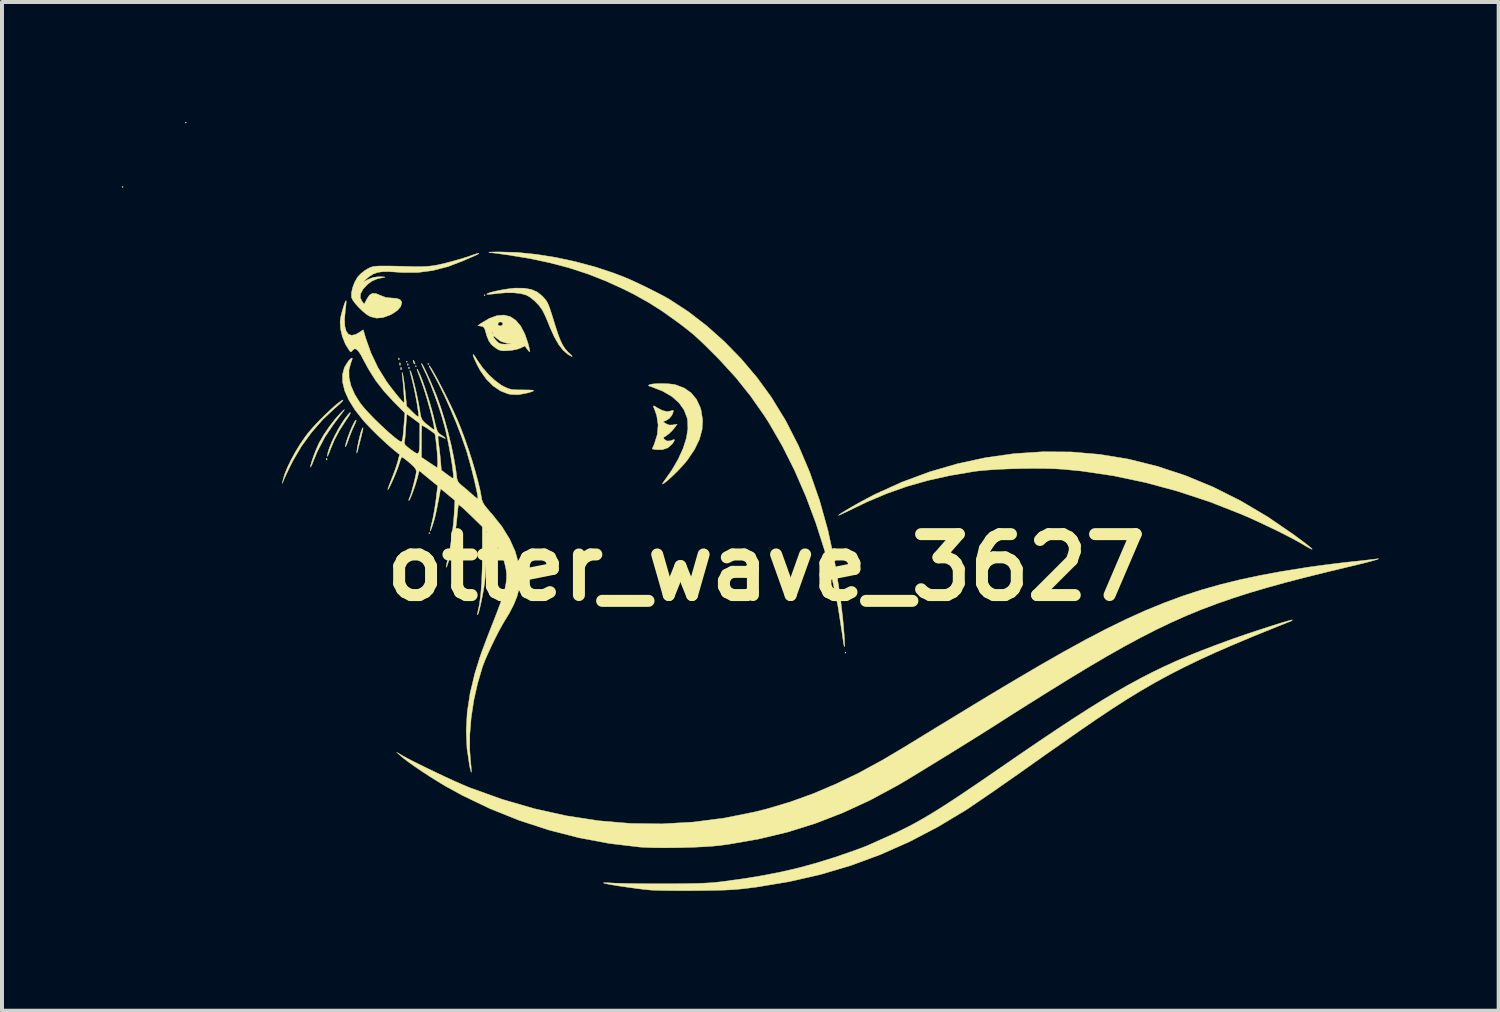
<source format=kicad_pcb>
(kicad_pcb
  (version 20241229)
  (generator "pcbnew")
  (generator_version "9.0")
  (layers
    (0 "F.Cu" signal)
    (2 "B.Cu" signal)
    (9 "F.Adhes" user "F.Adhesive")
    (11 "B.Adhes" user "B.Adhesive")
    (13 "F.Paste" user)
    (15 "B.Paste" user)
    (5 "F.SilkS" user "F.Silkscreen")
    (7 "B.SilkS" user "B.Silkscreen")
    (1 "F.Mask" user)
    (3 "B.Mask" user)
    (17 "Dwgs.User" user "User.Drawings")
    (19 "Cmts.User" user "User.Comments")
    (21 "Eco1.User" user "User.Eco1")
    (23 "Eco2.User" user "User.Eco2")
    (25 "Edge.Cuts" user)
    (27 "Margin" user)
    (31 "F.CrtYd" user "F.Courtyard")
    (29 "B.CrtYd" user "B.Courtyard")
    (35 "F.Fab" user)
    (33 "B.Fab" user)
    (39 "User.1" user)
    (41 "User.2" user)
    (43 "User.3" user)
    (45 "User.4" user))
  (footprint "otter_wave_3627"
    (layer "F.Cu")
    (at 16.12 11.153)
    (property "Reference" "otter_wave_3627" (at 0 0 0) (layer "F.SilkS") (effects (font (size 1.524 1.524) (thickness 0.3))))
    (attr through_hole)
    (fp_poly (pts (xy -16.087 -9.525) (xy -16.101 -9.511) (xy -16.115 -9.525) (xy -16.101 -9.539) (xy -16.087 -9.525)) (stroke (width 0.01) (type solid)) (fill yes) (layer "F.SilkS"))
    (fp_poly (pts (xy -14.506 -11.134) (xy -14.52 -11.12) (xy -14.534 -11.134) (xy -14.52 -11.148) (xy -14.506 -11.134)) (stroke (width 0.01) (type solid)) (fill yes) (layer "F.SilkS"))
    (fp_poly (pts (xy -8.975 -5.151) (xy -8.989 -5.136) (xy -9.003 -5.151) (xy -8.989 -5.165) (xy -8.975 -5.151)) (stroke (width 0.01) (type solid)) (fill yes) (layer "F.SilkS"))
    (fp_poly (pts (xy -8.749 -5.038) (xy -8.763 -5.024) (xy -8.777 -5.038) (xy -8.763 -5.052) (xy -8.749 -5.038)) (stroke (width 0.01) (type solid)) (fill yes) (layer "F.SilkS"))
    (fp_poly (pts (xy -8.438 -5.094) (xy -8.453 -5.08) (xy -8.467 -5.094) (xy -8.453 -5.108) (xy -8.438 -5.094)) (stroke (width 0.01) (type solid)) (fill yes) (layer "F.SilkS"))
    (fp_poly (pts (xy -8.41 -0.861) (xy -8.424 -0.847) (xy -8.438 -0.861) (xy -8.424 -0.875) (xy -8.41 -0.861)) (stroke (width 0.01) (type solid)) (fill yes) (layer "F.SilkS"))
    (fp_poly (pts (xy -7.027 -6.816) (xy -7.041 -6.802) (xy -7.056 -6.816) (xy -7.041 -6.83) (xy -7.027 -6.816)) (stroke (width 0.01) (type solid)) (fill yes) (layer "F.SilkS"))
    (fp_poly (pts (xy 2.004 2.131) (xy 1.99 2.145) (xy 1.976 2.131) (xy 1.99 2.117) (xy 2.004 2.131)) (stroke (width 0.01) (type solid)) (fill yes) (layer "F.SilkS"))
    (fp_poly (pts (xy -10.988 -2.728) (xy -10.984 -2.695) (xy -10.988 -2.691) (xy -11.005 -2.694) (xy -11.007 -2.709) (xy -10.996 -2.733) (xy -10.988 -2.728)) (stroke (width 0.01) (type solid)) (fill yes) (layer "F.SilkS"))
    (fp_poly (pts (xy -9.182 -5.24) (xy -9.178 -5.206) (xy -9.182 -5.202) (xy -9.198 -5.206) (xy -9.2 -5.221) (xy -9.19 -5.244) (xy -9.182 -5.24)) (stroke (width 0.01) (type solid)) (fill yes) (layer "F.SilkS"))
    (fp_poly (pts (xy -9.153 -5.114) (xy -9.15 -5.069) (xy -9.155 -5.059) (xy -9.168 -5.068) (xy -9.17 -5.096) (xy -9.163 -5.127) (xy -9.153 -5.114)) (stroke (width 0.01) (type solid)) (fill yes) (layer "F.SilkS"))
    (fp_poly (pts (xy -9.125 -5.001) (xy -9.121 -4.957) (xy -9.127 -4.947) (xy -9.14 -4.955) (xy -9.142 -4.984) (xy -9.135 -5.014) (xy -9.125 -5.001)) (stroke (width 0.01) (type solid)) (fill yes) (layer "F.SilkS"))
    (fp_poly (pts (xy -8.956 -5.099) (xy -8.952 -5.065) (xy -8.956 -5.061) (xy -8.973 -5.065) (xy -8.975 -5.08) (xy -8.964 -5.103) (xy -8.956 -5.099)) (stroke (width 0.01) (type solid)) (fill yes) (layer "F.SilkS"))
    (fp_poly (pts (xy -8.928 -5.014) (xy -8.924 -4.981) (xy -8.928 -4.977) (xy -8.944 -4.98) (xy -8.946 -4.995) (xy -8.936 -5.019) (xy -8.928 -5.014)) (stroke (width 0.01) (type solid)) (fill yes) (layer "F.SilkS"))
    (fp_poly (pts (xy -8.802 -5.155) (xy -8.783 -5.109) (xy -8.785 -5.091) (xy -8.804 -5.101) (xy -8.816 -5.123) (xy -8.832 -5.177) (xy -8.825 -5.188) (xy -8.802 -5.155)) (stroke (width 0.01) (type solid)) (fill yes) (layer "F.SilkS"))
    (fp_poly (pts (xy -10.088 -3.456) (xy -10.108 -3.366) (xy -10.141 -3.231) (xy -10.17 -3.118) (xy -10.198 -3.007) (xy -10.212 -2.949) (xy -10.229 -2.888) (xy -10.24 -2.864) (xy -10.242 -2.868) (xy -10.238 -2.926) (xy -10.222 -3.021) (xy -10.199 -3.137) (xy -10.172 -3.256) (xy -10.145 -3.362) (xy -10.121 -3.437) (xy -10.115 -3.449) (xy -10.092 -3.495) (xy -10.083 -3.498) (xy -10.088 -3.456)) (stroke (width 0.01) (type solid)) (fill yes) (layer "F.SilkS"))
    (fp_poly (pts (xy -10.412 -3.839) (xy -10.461 -3.757) (xy -10.506 -3.692) (xy -10.673 -3.434) (xy -10.805 -3.186) (xy -10.894 -2.971) (xy -10.931 -2.875) (xy -10.96 -2.808) (xy -10.975 -2.78) (xy -10.977 -2.782) (xy -10.965 -2.869) (xy -10.927 -2.991) (xy -10.868 -3.138) (xy -10.792 -3.298) (xy -10.706 -3.46) (xy -10.615 -3.612) (xy -10.541 -3.721) (xy -10.463 -3.821) (xy -10.415 -3.873) (xy -10.397 -3.878) (xy -10.412 -3.839)) (stroke (width 0.01) (type solid)) (fill yes) (layer "F.SilkS"))
    (fp_poly (pts (xy -10.256 -3.69) (xy -10.26 -3.66) (xy -10.285 -3.596) (xy -10.312 -3.539) (xy -10.357 -3.441) (xy -10.407 -3.316) (xy -10.453 -3.191) (xy -10.453 -3.189) (xy -10.486 -3.098) (xy -10.512 -3.039) (xy -10.525 -3.022) (xy -10.526 -3.028) (xy -10.517 -3.088) (xy -10.492 -3.177) (xy -10.455 -3.285) (xy -10.412 -3.398) (xy -10.366 -3.507) (xy -10.322 -3.6) (xy -10.286 -3.665) (xy -10.261 -3.691) (xy -10.256 -3.69)) (stroke (width 0.01) (type solid)) (fill yes) (layer "F.SilkS"))
    (fp_poly (pts (xy -10.563 -3.931) (xy -10.603 -3.875) (xy -10.673 -3.782) (xy -10.775 -3.648) (xy -10.817 -3.592) (xy -11.039 -3.264) (xy -11.226 -2.909) (xy -11.318 -2.688) (xy -11.354 -2.595) (xy -11.383 -2.533) (xy -11.399 -2.512) (xy -11.4 -2.517) (xy -11.391 -2.573) (xy -11.363 -2.666) (xy -11.323 -2.783) (xy -11.275 -2.908) (xy -11.225 -3.028) (xy -11.183 -3.119) (xy -11.067 -3.321) (xy -10.923 -3.532) (xy -10.768 -3.731) (xy -10.663 -3.846) (xy -10.603 -3.907) (xy -10.564 -3.944) (xy -10.55 -3.953) (xy -10.563 -3.931)) (stroke (width 0.01) (type solid)) (fill yes) (layer "F.SilkS"))
    (fp_poly (pts (xy -10.586 -4.184) (xy -10.616 -4.147) (xy -10.675 -4.089) (xy -10.762 -4.011) (xy -10.794 -3.984) (xy -11.091 -3.705) (xy -11.371 -3.384) (xy -11.624 -3.037) (xy -11.836 -2.677) (xy -11.875 -2.601) (xy -11.94 -2.469) (xy -11.998 -2.348) (xy -12.043 -2.251) (xy -12.07 -2.19) (xy -12.071 -2.187) (xy -12.104 -2.103) (xy -12.088 -2.187) (xy -12.049 -2.325) (xy -11.98 -2.496) (xy -11.888 -2.687) (xy -11.779 -2.888) (xy -11.658 -3.086) (xy -11.532 -3.271) (xy -11.448 -3.38) (xy -11.342 -3.503) (xy -11.208 -3.647) (xy -11.059 -3.796) (xy -10.91 -3.938) (xy -10.775 -4.059) (xy -10.703 -4.117) (xy -10.627 -4.173) (xy -10.589 -4.194) (xy -10.586 -4.184)) (stroke (width 0.01) (type solid)) (fill yes) (layer "F.SilkS"))
    (fp_poly (pts (xy -7.32 -5.328) (xy -7.283 -5.281) (xy -7.221 -5.184) (xy -7.218 -5.179) (xy -7.095 -5.003) (xy -6.948 -4.834) (xy -6.79 -4.686) (xy -6.635 -4.57) (xy -6.562 -4.529) (xy -6.482 -4.492) (xy -6.414 -4.468) (xy -6.341 -4.453) (xy -6.247 -4.447) (xy -6.117 -4.445) (xy -6.077 -4.445) (xy -5.934 -4.444) (xy -5.846 -4.438) (xy -5.812 -4.428) (xy -5.831 -4.412) (xy -5.902 -4.387) (xy -6 -4.361) (xy -6.196 -4.325) (xy -6.373 -4.33) (xy -6.45 -4.344) (xy -6.643 -4.419) (xy -6.828 -4.544) (xy -6.998 -4.714) (xy -7.148 -4.925) (xy -7.225 -5.066) (xy -7.286 -5.195) (xy -7.322 -5.283) (xy -7.333 -5.328) (xy -7.32 -5.328)) (stroke (width 0.01) (type solid)) (fill yes) (layer "F.SilkS"))
    (fp_poly (pts (xy -2.444 -4.598) (xy -2.325 -4.585) (xy -2.258 -4.572) (xy -2.044 -4.49) (xy -1.871 -4.369) (xy -1.739 -4.209) (xy -1.645 -4.009) (xy -1.623 -3.932) (xy -1.585 -3.69) (xy -1.599 -3.449) (xy -1.666 -3.205) (xy -1.787 -2.955) (xy -1.961 -2.697) (xy -2.004 -2.643) (xy -2.076 -2.559) (xy -2.159 -2.469) (xy -2.247 -2.379) (xy -2.336 -2.293) (xy -2.42 -2.216) (xy -2.493 -2.154) (xy -2.549 -2.11) (xy -2.583 -2.09) (xy -2.59 -2.099) (xy -2.564 -2.142) (xy -2.551 -2.159) (xy -2.352 -2.442) (xy -2.192 -2.72) (xy -2.07 -2.989) (xy -1.99 -3.243) (xy -1.954 -3.477) (xy -1.962 -3.687) (xy -1.973 -3.743) (xy -2.05 -3.944) (xy -2.178 -4.123) (xy -2.355 -4.28) (xy -2.581 -4.411) (xy -2.846 -4.516) (xy -2.918 -4.54) (xy -2.942 -4.556) (xy -2.924 -4.571) (xy -2.904 -4.579) (xy -2.828 -4.594) (xy -2.714 -4.602) (xy -2.58 -4.603) (xy -2.444 -4.598)) (stroke (width 0.01) (type solid)) (fill yes) (layer "F.SilkS"))
    (fp_poly (pts (xy -2.787 -4.039) (xy -2.721 -3.998) (xy -2.716 -3.994) (xy -2.589 -3.928) (xy -2.472 -3.902) (xy -2.379 -3.919) (xy -2.374 -3.921) (xy -2.327 -3.937) (xy -2.315 -3.913) (xy -2.338 -3.847) (xy -2.358 -3.806) (xy -2.416 -3.734) (xy -2.49 -3.684) (xy -2.577 -3.648) (xy -2.502 -3.599) (xy -2.417 -3.565) (xy -2.325 -3.569) (xy -2.223 -3.588) (xy -2.283 -3.504) (xy -2.348 -3.426) (xy -2.426 -3.35) (xy -2.502 -3.291) (xy -2.546 -3.267) (xy -2.567 -3.249) (xy -2.546 -3.211) (xy -2.544 -3.208) (xy -2.476 -3.166) (xy -2.387 -3.171) (xy -2.341 -3.19) (xy -2.297 -3.204) (xy -2.291 -3.18) (xy -2.323 -3.123) (xy -2.347 -3.091) (xy -2.456 -2.995) (xy -2.593 -2.948) (xy -2.755 -2.95) (xy -2.785 -2.955) (xy -2.847 -2.967) (xy -2.794 -3.091) (xy -2.719 -3.331) (xy -2.699 -3.569) (xy -2.734 -3.802) (xy -2.778 -3.929) (xy -2.811 -4.01) (xy -2.815 -4.045) (xy -2.787 -4.039)) (stroke (width 0.01) (type solid)) (fill yes) (layer "F.SilkS"))
    (fp_poly (pts (xy -6.047 -6.99) (xy -5.869 -6.958) (xy -5.723 -6.894) (xy -5.598 -6.794) (xy -5.566 -6.76) (xy -5.528 -6.715) (xy -5.496 -6.674) (xy -5.469 -6.628) (xy -5.442 -6.57) (xy -5.412 -6.49) (xy -5.376 -6.381) (xy -5.329 -6.233) (xy -5.274 -6.054) (xy -5.207 -5.849) (xy -5.147 -5.69) (xy -5.087 -5.567) (xy -5.024 -5.47) (xy -4.951 -5.39) (xy -4.925 -5.366) (xy -4.864 -5.308) (xy -4.848 -5.282) (xy -4.878 -5.289) (xy -4.951 -5.332) (xy -4.955 -5.334) (xy -5.073 -5.434) (xy -5.188 -5.58) (xy -5.3 -5.777) (xy -5.412 -6.026) (xy -5.446 -6.113) (xy -5.496 -6.234) (xy -5.55 -6.351) (xy -5.596 -6.441) (xy -5.598 -6.445) (xy -5.684 -6.564) (xy -5.795 -6.677) (xy -5.912 -6.77) (xy -5.997 -6.817) (xy -6.134 -6.855) (xy -6.31 -6.875) (xy -6.513 -6.876) (xy -6.712 -6.859) (xy -6.828 -6.845) (xy -6.92 -6.837) (xy -6.977 -6.836) (xy -6.988 -6.838) (xy -6.976 -6.855) (xy -6.918 -6.877) (xy -6.826 -6.902) (xy -6.711 -6.928) (xy -6.583 -6.953) (xy -6.454 -6.973) (xy -6.334 -6.988) (xy -6.265 -6.993) (xy -6.047 -6.99)) (stroke (width 0.01) (type solid)) (fill yes) (layer "F.SilkS"))
    (fp_poly (pts (xy 7.64 -2.892) (xy 8.345 -2.832) (xy 9.04 -2.719) (xy 9.079 -2.711) (xy 9.798 -2.532) (xy 10.505 -2.298) (xy 11.2 -2.01) (xy 11.884 -1.666) (xy 12.557 -1.268) (xy 13.219 -0.814) (xy 13.264 -0.78) (xy 13.435 -0.653) (xy 13.559 -0.558) (xy 13.638 -0.493) (xy 13.672 -0.46) (xy 13.662 -0.456) (xy 13.607 -0.482) (xy 13.508 -0.537) (xy 13.406 -0.598) (xy 13.254 -0.683) (xy 13.063 -0.784) (xy 12.842 -0.896) (xy 12.603 -1.012) (xy 12.359 -1.127) (xy 12.121 -1.236) (xy 11.899 -1.333) (xy 11.896 -1.334) (xy 11.106 -1.644) (xy 10.305 -1.908) (xy 9.499 -2.126) (xy 8.697 -2.295) (xy 7.903 -2.413) (xy 7.447 -2.458) (xy 7.224 -2.471) (xy 6.964 -2.478) (xy 6.678 -2.48) (xy 6.38 -2.476) (xy 6.081 -2.468) (xy 5.795 -2.455) (xy 5.532 -2.437) (xy 5.306 -2.416) (xy 5.193 -2.401) (xy 4.6 -2.3) (xy 4.048 -2.177) (xy 3.526 -2.028) (xy 3.022 -1.85) (xy 2.524 -1.639) (xy 2.218 -1.493) (xy 2.083 -1.426) (xy 1.967 -1.371) (xy 1.879 -1.33) (xy 1.827 -1.308) (xy 1.817 -1.306) (xy 1.835 -1.325) (xy 1.894 -1.365) (xy 1.987 -1.422) (xy 2.105 -1.492) (xy 2.24 -1.569) (xy 2.384 -1.649) (xy 2.529 -1.727) (xy 2.666 -1.799) (xy 2.732 -1.833) (xy 3.405 -2.138) (xy 4.093 -2.393) (xy 4.793 -2.597) (xy 5.501 -2.75) (xy 6.214 -2.85) (xy 6.929 -2.897) (xy 7.64 -2.892)) (stroke (width 0.01) (type solid)) (fill yes) (layer "F.SilkS"))
    (fp_poly (pts (xy -6.4 -6.279) (xy -6.259 -6.186) (xy -6.137 -6.04) (xy -6.034 -5.842) (xy -5.956 -5.614) (xy -5.93 -5.514) (xy -5.913 -5.438) (xy -5.909 -5.4) (xy -5.91 -5.398) (xy -5.931 -5.411) (xy -5.97 -5.457) (xy -5.977 -5.466) (xy -6.034 -5.545) (xy -6.143 -5.492) (xy -6.232 -5.461) (xy -6.351 -5.437) (xy -6.449 -5.427) (xy -6.559 -5.422) (xy -6.633 -5.428) (xy -6.695 -5.45) (xy -6.762 -5.491) (xy -6.862 -5.571) (xy -6.933 -5.665) (xy -6.986 -5.792) (xy -6.987 -5.795) (xy -6.825 -5.795) (xy -6.821 -5.77) (xy -6.782 -5.714) (xy -6.748 -5.676) (xy -6.692 -5.623) (xy -6.637 -5.598) (xy -6.56 -5.591) (xy -6.515 -5.591) (xy -6.364 -5.595) (xy -6.502 -5.618) (xy -6.635 -5.659) (xy -6.735 -5.733) (xy -6.796 -5.785) (xy -6.825 -5.795) (xy -6.987 -5.795) (xy -7.008 -5.87) (xy -6.858 -5.87) (xy -6.848 -5.847) (xy -6.839 -5.851) (xy -6.836 -5.885) (xy -6.839 -5.889) (xy -6.856 -5.885) (xy -6.858 -5.87) (xy -7.008 -5.87) (xy -7.009 -5.874) (xy -7.035 -5.963) (xy -7.063 -6.012) (xy -7.103 -6.034) (xy -7.129 -6.04) (xy -7.21 -6.054) (xy -7.166 -6.086) (xy -6.709 -6.086) (xy -6.703 -6.069) (xy -6.662 -6.045) (xy -6.611 -6.056) (xy -6.583 -6.089) (xy -6.593 -6.125) (xy -6.634 -6.146) (xy -6.681 -6.14) (xy -6.694 -6.13) (xy -6.709 -6.086) (xy -7.166 -6.086) (xy -7.126 -6.114) (xy -6.921 -6.236) (xy -6.731 -6.304) (xy -6.557 -6.318) (xy -6.4 -6.279)) (stroke (width 0.01) (type solid)) (fill yes) (layer "F.SilkS"))
    (fp_poly (pts (xy -6.219 -7.885) (xy -5.746 -7.837) (xy -5.255 -7.759) (xy -4.758 -7.652) (xy -4.267 -7.52) (xy -3.796 -7.363) (xy -3.528 -7.26) (xy -3.382 -7.197) (xy -3.204 -7.115) (xy -3.01 -7.022) (xy -2.816 -6.925) (xy -2.636 -6.832) (xy -2.485 -6.751) (xy -2.427 -6.718) (xy -1.952 -6.409) (xy -1.487 -6.052) (xy -1.04 -5.653) (xy -0.617 -5.219) (xy -0.226 -4.757) (xy 0.125 -4.276) (xy 0.139 -4.255) (xy 0.495 -3.673) (xy 0.814 -3.049) (xy 1.096 -2.383) (xy 1.342 -1.678) (xy 1.55 -0.934) (xy 1.719 -0.153) (xy 1.851 0.665) (xy 1.92 1.253) (xy 1.939 1.461) (xy 1.954 1.638) (xy 1.964 1.782) (xy 1.969 1.89) (xy 1.969 1.958) (xy 1.965 1.983) (xy 1.956 1.964) (xy 1.942 1.896) (xy 1.925 1.776) (xy 1.91 1.669) (xy 1.803 0.975) (xy 1.655 0.275) (xy 1.469 -0.424) (xy 1.249 -1.113) (xy 0.997 -1.785) (xy 0.716 -2.431) (xy 0.409 -3.042) (xy 0.08 -3.611) (xy -0.038 -3.796) (xy -0.386 -4.293) (xy -0.753 -4.752) (xy -1.152 -5.188) (xy -1.224 -5.262) (xy -1.392 -5.43) (xy -1.53 -5.567) (xy -1.646 -5.678) (xy -1.749 -5.773) (xy -1.849 -5.86) (xy -1.955 -5.945) (xy -2.074 -6.038) (xy -2.217 -6.145) (xy -2.244 -6.165) (xy -2.59 -6.412) (xy -2.932 -6.629) (xy -3.293 -6.831) (xy -3.542 -6.957) (xy -3.994 -7.164) (xy -4.449 -7.343) (xy -4.917 -7.496) (xy -5.406 -7.626) (xy -5.926 -7.736) (xy -6.487 -7.827) (xy -6.816 -7.871) (xy -6.894 -7.881) (xy -6.935 -7.888) (xy -6.936 -7.892) (xy -6.891 -7.895) (xy -6.797 -7.897) (xy -6.66 -7.898) (xy -6.219 -7.885)) (stroke (width 0.01) (type solid)) (fill yes) (layer "F.SilkS"))
    (fp_poly (pts (xy -7.183 -7.858) (xy -7.222 -7.833) (xy -7.288 -7.803) (xy -7.385 -7.761) (xy -7.5 -7.711) (xy -7.564 -7.682) (xy -7.957 -7.531) (xy -8.339 -7.432) (xy -8.72 -7.382) (xy -9.107 -7.382) (xy -9.222 -7.391) (xy -9.429 -7.405) (xy -9.592 -7.404) (xy -9.722 -7.384) (xy -9.832 -7.344) (xy -9.931 -7.28) (xy -9.978 -7.241) (xy -10.089 -7.143) (xy -9.951 -7.212) (xy -9.836 -7.258) (xy -9.718 -7.276) (xy -9.64 -7.277) (xy -9.566 -7.273) (xy -9.534 -7.268) (xy -9.552 -7.261) (xy -9.553 -7.261) (xy -9.725 -7.226) (xy -9.86 -7.169) (xy -9.966 -7.091) (xy -10.083 -6.967) (xy -10.145 -6.854) (xy -10.153 -6.751) (xy -10.107 -6.658) (xy -10.054 -6.592) (xy -9.993 -6.712) (xy -9.927 -6.813) (xy -9.854 -6.86) (xy -9.764 -6.858) (xy -9.662 -6.815) (xy -9.516 -6.759) (xy -9.378 -6.745) (xy -9.244 -6.736) (xy -9.16 -6.706) (xy -9.12 -6.654) (xy -9.116 -6.621) (xy -9.143 -6.528) (xy -9.222 -6.436) (xy -9.349 -6.349) (xy -9.41 -6.318) (xy -9.586 -6.255) (xy -9.744 -6.241) (xy -9.894 -6.277) (xy -9.906 -6.282) (xy -9.99 -6.331) (xy -10.087 -6.409) (xy -10.186 -6.503) (xy -10.274 -6.601) (xy -10.341 -6.691) (xy -10.374 -6.761) (xy -10.374 -6.763) (xy -10.374 -6.872) (xy -10.345 -7.004) (xy -10.293 -7.141) (xy -10.224 -7.262) (xy -10.219 -7.269) (xy -10.145 -7.349) (xy -10.046 -7.428) (xy -9.985 -7.467) (xy -9.942 -7.49) (xy -9.902 -7.509) (xy -9.86 -7.524) (xy -9.809 -7.535) (xy -9.742 -7.542) (xy -9.654 -7.546) (xy -9.538 -7.546) (xy -9.387 -7.545) (xy -9.194 -7.541) (xy -8.955 -7.535) (xy -8.848 -7.532) (xy -8.647 -7.53) (xy -8.486 -7.536) (xy -8.348 -7.55) (xy -8.214 -7.573) (xy -8.213 -7.573) (xy -7.989 -7.626) (xy -7.748 -7.691) (xy -7.514 -7.761) (xy -7.341 -7.82) (xy -7.246 -7.852) (xy -7.192 -7.864) (xy -7.183 -7.858)) (stroke (width 0.01) (type solid)) (fill yes) (layer "F.SilkS"))
    (fp_poly (pts (xy 15.333 -0.216) (xy 15.299 -0.202) (xy 15.221 -0.179) (xy 15.103 -0.146) (xy 14.947 -0.106) (xy 14.759 -0.06) (xy 14.633 -0.03) (xy 14.05 0.11) (xy 13.51 0.244) (xy 13.009 0.374) (xy 12.541 0.504) (xy 12.102 0.633) (xy 11.686 0.767) (xy 11.287 0.905) (xy 10.9 1.051) (xy 10.52 1.207) (xy 10.142 1.376) (xy 9.761 1.558) (xy 9.371 1.758) (xy 8.966 1.976) (xy 8.542 2.216) (xy 8.094 2.479) (xy 7.615 2.769) (xy 7.102 3.086) (xy 6.547 3.433) (xy 6.525 3.447) (xy 6.357 3.553) (xy 6.199 3.653) (xy 6.06 3.741) (xy 5.948 3.813) (xy 5.87 3.863) (xy 5.842 3.881) (xy 5.741 3.946) (xy 5.6 4.035) (xy 5.426 4.145) (xy 5.226 4.27) (xy 5.006 4.407) (xy 4.774 4.551) (xy 4.536 4.698) (xy 4.299 4.844) (xy 4.07 4.984) (xy 3.856 5.115) (xy 3.664 5.232) (xy 3.5 5.332) (xy 3.371 5.408) (xy 3.297 5.451) (xy 2.611 5.821) (xy 1.927 6.137) (xy 1.241 6.403) (xy 0.543 6.622) (xy -0.173 6.794) (xy -0.915 6.924) (xy -1.157 6.957) (xy -1.332 6.974) (xy -1.549 6.989) (xy -1.798 7.001) (xy -2.064 7.009) (xy -2.335 7.014) (xy -2.597 7.015) (xy -2.839 7.012) (xy -3.046 7.004) (xy -3.157 6.997) (xy -3.918 6.907) (xy -4.68 6.764) (xy -5.436 6.57) (xy -6.179 6.327) (xy -6.901 6.038) (xy -7.596 5.705) (xy -8.017 5.474) (xy -8.201 5.363) (xy -8.394 5.243) (xy -8.586 5.118) (xy -8.766 4.996) (xy -8.926 4.884) (xy -9.054 4.787) (xy -9.13 4.725) (xy -9.243 4.623) (xy -9.116 4.698) (xy -9.002 4.761) (xy -8.847 4.842) (xy -8.66 4.936) (xy -8.453 5.037) (xy -8.236 5.141) (xy -8.018 5.244) (xy -7.811 5.339) (xy -7.623 5.422) (xy -7.467 5.489) (xy -7.408 5.513) (xy -6.6 5.803) (xy -5.794 6.037) (xy -4.99 6.215) (xy -4.191 6.338) (xy -3.395 6.405) (xy -2.604 6.416) (xy -1.817 6.371) (xy -1.037 6.27) (xy -0.263 6.114) (xy 0.042 6.036) (xy 0.612 5.866) (xy 1.179 5.661) (xy 1.748 5.42) (xy 2.328 5.14) (xy 2.923 4.816) (xy 3.471 4.49) (xy 3.555 4.439) (xy 3.643 4.385) (xy 3.741 4.325) (xy 3.852 4.257) (xy 3.982 4.177) (xy 4.135 4.084) (xy 4.315 3.974) (xy 4.527 3.845) (xy 4.777 3.693) (xy 5.067 3.516) (xy 5.221 3.422) (xy 5.565 3.214) (xy 5.939 2.99) (xy 6.323 2.762) (xy 6.697 2.542) (xy 6.858 2.448) (xy 7.446 2.112) (xy 7.998 1.809) (xy 8.519 1.537) (xy 9.016 1.294) (xy 9.496 1.077) (xy 9.966 0.885) (xy 10.43 0.713) (xy 10.898 0.561) (xy 11.374 0.426) (xy 11.865 0.305) (xy 12.378 0.196) (xy 12.92 0.096) (xy 13.497 0.004) (xy 13.504 0.002) (xy 13.728 -0.03) (xy 13.982 -0.064) (xy 14.243 -0.097) (xy 14.486 -0.126) (xy 14.619 -0.14) (xy 14.795 -0.159) (xy 14.957 -0.176) (xy 15.094 -0.192) (xy 15.196 -0.204) (xy 15.252 -0.211) (xy 15.254 -0.211) (xy 15.319 -0.22) (xy 15.333 -0.216)) (stroke (width 0.01) (type solid)) (fill yes) (layer "F.SilkS"))
    (fp_poly (pts (xy 13.174 1.311) (xy 13.163 1.33) (xy 13.134 1.345) (xy 13.09 1.362) (xy 13.004 1.396) (xy 12.888 1.442) (xy 12.753 1.496) (xy 12.714 1.512) (xy 12.186 1.726) (xy 11.705 1.928) (xy 11.263 2.12) (xy 10.853 2.307) (xy 10.468 2.493) (xy 10.101 2.681) (xy 9.744 2.875) (xy 9.39 3.08) (xy 9.031 3.299) (xy 8.662 3.536) (xy 8.274 3.795) (xy 7.86 4.08) (xy 7.62 4.247) (xy 7.49 4.339) (xy 7.36 4.43) (xy 7.246 4.51) (xy 7.169 4.563) (xy 7.088 4.62) (xy 6.974 4.7) (xy 6.843 4.793) (xy 6.706 4.89) (xy 6.675 4.912) (xy 6.528 5.016) (xy 6.373 5.126) (xy 6.226 5.229) (xy 6.106 5.313) (xy 6.096 5.32) (xy 5.978 5.402) (xy 5.862 5.483) (xy 5.765 5.552) (xy 5.729 5.577) (xy 5.021 6.06) (xy 4.31 6.487) (xy 3.593 6.862) (xy 2.865 7.185) (xy 2.122 7.459) (xy 1.36 7.685) (xy 0.574 7.864) (xy -0.239 7.999) (xy -0.268 8.002) (xy -0.438 8.024) (xy -0.59 8.042) (xy -0.735 8.056) (xy -0.882 8.066) (xy -1.042 8.074) (xy -1.227 8.079) (xy -1.445 8.083) (xy -1.708 8.086) (xy -1.75 8.087) (xy -1.986 8.088) (xy -2.216 8.088) (xy -2.43 8.086) (xy -2.62 8.083) (xy -2.776 8.078) (xy -2.889 8.073) (xy -2.921 8.07) (xy -3.07 8.054) (xy -3.239 8.033) (xy -3.418 8.009) (xy -3.594 7.983) (xy -3.757 7.958) (xy -3.896 7.935) (xy -3.999 7.915) (xy -4.05 7.903) (xy -4.069 7.892) (xy -4.033 7.888) (xy -3.942 7.891) (xy -3.852 7.896) (xy -3.757 7.901) (xy -3.614 7.905) (xy -3.432 7.909) (xy -3.22 7.912) (xy -2.987 7.914) (xy -2.741 7.915) (xy -2.54 7.915) (xy -2.234 7.914) (xy -1.976 7.911) (xy -1.76 7.907) (xy -1.577 7.901) (xy -1.419 7.893) (xy -1.278 7.882) (xy -1.148 7.868) (xy -1.115 7.864) (xy -0.574 7.79) (xy -0.077 7.709) (xy 0.386 7.618) (xy 0.829 7.515) (xy 1.262 7.396) (xy 1.697 7.261) (xy 1.722 7.253) (xy 1.963 7.171) (xy 2.18 7.095) (xy 2.365 7.028) (xy 2.51 6.972) (xy 2.596 6.935) (xy 2.663 6.905) (xy 2.765 6.859) (xy 2.889 6.804) (xy 2.992 6.758) (xy 3.186 6.67) (xy 3.371 6.582) (xy 3.552 6.492) (xy 3.734 6.395) (xy 3.922 6.289) (xy 4.121 6.172) (xy 4.335 6.04) (xy 4.569 5.89) (xy 4.829 5.719) (xy 5.119 5.524) (xy 5.445 5.303) (xy 5.81 5.051) (xy 5.87 5.01) (xy 6.382 4.658) (xy 6.852 4.338) (xy 7.286 4.047) (xy 7.688 3.782) (xy 8.062 3.542) (xy 8.412 3.324) (xy 8.743 3.126) (xy 9.059 2.945) (xy 9.365 2.779) (xy 9.664 2.625) (xy 9.961 2.481) (xy 10.26 2.345) (xy 10.566 2.214) (xy 10.883 2.086) (xy 11.215 1.959) (xy 11.566 1.829) (xy 11.698 1.782) (xy 11.858 1.726) (xy 12.036 1.665) (xy 12.224 1.602) (xy 12.414 1.54) (xy 12.599 1.48) (xy 12.77 1.426) (xy 12.921 1.379) (xy 13.043 1.343) (xy 13.129 1.319) (xy 13.171 1.311) (xy 13.174 1.311)) (stroke (width 0.01) (type solid)) (fill yes) (layer "F.SilkS"))
    (fp_poly (pts (xy -10.508 -6.68) (xy -10.506 -6.648) (xy -10.511 -6.574) (xy -10.522 -6.47) (xy -10.529 -6.419) (xy -10.547 -6.207) (xy -10.539 -6.038) (xy -10.506 -5.914) (xy -10.449 -5.838) (xy -10.37 -5.81) (xy -10.268 -5.833) (xy -10.18 -5.882) (xy -10.079 -5.95) (xy -10.02 -5.748) (xy -9.886 -5.369) (xy -9.709 -5) (xy -9.5 -4.661) (xy -9.487 -4.643) (xy -9.417 -4.548) (xy -9.338 -4.445) (xy -9.255 -4.341) (xy -9.179 -4.248) (xy -9.115 -4.174) (xy -9.073 -4.129) (xy -9.06 -4.12) (xy -9.055 -4.147) (xy -9.055 -4.218) (xy -9.06 -4.323) (xy -9.068 -4.451) (xy -9.079 -4.59) (xy -9.092 -4.73) (xy -9.098 -4.784) (xy -9.106 -4.86) (xy -9.106 -4.884) (xy -9.097 -4.858) (xy -9.088 -4.826) (xy -9.075 -4.759) (xy -9.059 -4.651) (xy -9.042 -4.518) (xy -9.027 -4.382) (xy -8.992 -4.037) (xy -8.842 -3.889) (xy -8.764 -3.815) (xy -8.718 -3.78) (xy -8.696 -3.779) (xy -8.693 -3.797) (xy -8.698 -3.868) (xy -8.714 -3.98) (xy -8.736 -4.12) (xy -8.764 -4.272) (xy -8.793 -4.422) (xy -8.823 -4.558) (xy -8.836 -4.614) (xy -8.864 -4.727) (xy -8.889 -4.824) (xy -8.905 -4.888) (xy -8.907 -4.897) (xy -8.913 -4.932) (xy -8.898 -4.916) (xy -8.895 -4.911) (xy -8.875 -4.861) (xy -8.847 -4.767) (xy -8.814 -4.641) (xy -8.778 -4.494) (xy -8.742 -4.338) (xy -8.709 -4.184) (xy -8.682 -4.044) (xy -8.663 -3.931) (xy -8.648 -3.833) (xy -8.632 -3.76) (xy -8.606 -3.703) (xy -8.563 -3.649) (xy -8.495 -3.588) (xy -8.394 -3.509) (xy -8.329 -3.46) (xy -8.307 -3.45) (xy -8.301 -3.476) (xy -8.31 -3.546) (xy -8.311 -3.557) (xy -8.335 -3.671) (xy -8.373 -3.825) (xy -8.42 -4.003) (xy -8.474 -4.192) (xy -8.53 -4.376) (xy -8.583 -4.541) (xy -8.619 -4.643) (xy -8.673 -4.79) (xy -8.71 -4.89) (xy -8.73 -4.948) (xy -8.735 -4.971) (xy -8.727 -4.963) (xy -8.708 -4.93) (xy -8.698 -4.911) (xy -8.654 -4.817) (xy -8.6 -4.681) (xy -8.54 -4.513) (xy -8.478 -4.327) (xy -8.418 -4.133) (xy -8.363 -3.943) (xy -8.318 -3.77) (xy -8.309 -3.729) (xy -8.275 -3.584) (xy -8.249 -3.484) (xy -8.225 -3.418) (xy -8.2 -3.374) (xy -8.167 -3.343) (xy -8.123 -3.313) (xy -8.122 -3.312) (xy -8.05 -3.263) (xy -8.019 -3.234) (xy -8.031 -3.23) (xy -8.087 -3.253) (xy -8.102 -3.261) (xy -8.164 -3.288) (xy -8.201 -3.294) (xy -8.203 -3.292) (xy -8.207 -3.26) (xy -8.202 -3.186) (xy -8.19 -3.087) (xy -8.188 -3.072) (xy -8.17 -2.93) (xy -8.153 -2.77) (xy -8.142 -2.65) (xy -8.124 -2.436) (xy -7.986 -2.333) (xy -7.91 -2.278) (xy -7.853 -2.241) (xy -7.83 -2.23) (xy -7.823 -2.256) (xy -7.825 -2.329) (xy -7.837 -2.44) (xy -7.856 -2.581) (xy -7.882 -2.743) (xy -7.912 -2.918) (xy -7.946 -3.098) (xy -7.982 -3.273) (xy -8.018 -3.436) (xy -8.043 -3.536) (xy -8.111 -3.777) (xy -8.195 -4.039) (xy -8.29 -4.307) (xy -8.388 -4.565) (xy -8.485 -4.797) (xy -8.569 -4.974) (xy -8.604 -5.048) (xy -8.621 -5.097) (xy -8.62 -5.108) (xy -8.601 -5.084) (xy -8.564 -5.016) (xy -8.514 -4.915) (xy -8.455 -4.789) (xy -8.392 -4.647) (xy -8.328 -4.499) (xy -8.267 -4.354) (xy -8.236 -4.276) (xy -8.14 -4.009) (xy -8.046 -3.707) (xy -7.957 -3.387) (xy -7.878 -3.062) (xy -7.813 -2.749) (xy -7.764 -2.464) (xy -7.746 -2.322) (xy -7.734 -2.225) (xy -7.713 -2.16) (xy -7.674 -2.107) (xy -7.605 -2.046) (xy -7.582 -2.027) (xy -7.485 -1.946) (xy -7.388 -1.861) (xy -7.331 -1.81) (xy -7.269 -1.757) (xy -7.225 -1.727) (xy -7.212 -1.725) (xy -7.211 -1.759) (xy -7.223 -1.837) (xy -7.246 -1.953) (xy -7.278 -2.095) (xy -7.316 -2.255) (xy -7.358 -2.424) (xy -7.402 -2.593) (xy -7.446 -2.752) (xy -7.487 -2.894) (xy -7.505 -2.949) (xy -7.618 -3.274) (xy -7.75 -3.618) (xy -7.896 -3.966) (xy -8.048 -4.304) (xy -8.202 -4.617) (xy -8.35 -4.891) (xy -8.374 -4.932) (xy -8.411 -5) (xy -8.43 -5.044) (xy -8.429 -5.052) (xy -8.405 -5.027) (xy -8.36 -4.959) (xy -8.3 -4.855) (xy -8.226 -4.721) (xy -8.144 -4.565) (xy -8.056 -4.394) (xy -7.967 -4.216) (xy -7.88 -4.037) (xy -7.8 -3.865) (xy -7.729 -3.708) (xy -7.717 -3.681) (xy -7.626 -3.458) (xy -7.533 -3.208) (xy -7.441 -2.942) (xy -7.354 -2.672) (xy -7.276 -2.409) (xy -7.209 -2.164) (xy -7.157 -1.949) (xy -7.125 -1.778) (xy -7.112 -1.703) (xy -7.09 -1.639) (xy -7.055 -1.575) (xy -6.997 -1.498) (xy -6.912 -1.397) (xy -6.857 -1.336) (xy -6.611 -1.028) (xy -6.417 -0.716) (xy -6.276 -0.403) (xy -6.188 -0.09) (xy -6.156 0.22) (xy -6.179 0.525) (xy -6.183 0.552) (xy -6.231 0.728) (xy -6.312 0.928) (xy -6.42 1.138) (xy -6.518 1.298) (xy -6.593 1.423) (xy -6.682 1.586) (xy -6.778 1.773) (xy -6.873 1.969) (xy -6.962 2.161) (xy -7.037 2.334) (xy -7.09 2.474) (xy -7.094 2.484) (xy -7.217 2.901) (xy -7.313 3.33) (xy -7.378 3.761) (xy -7.412 4.179) (xy -7.413 4.574) (xy -7.396 4.808) (xy -7.384 4.933) (xy -7.375 5.035) (xy -7.372 5.103) (xy -7.373 5.125) (xy -7.383 5.105) (xy -7.4 5.044) (xy -7.416 4.973) (xy -7.482 4.532) (xy -7.502 4.084) (xy -7.477 3.625) (xy -7.405 3.15) (xy -7.287 2.655) (xy -7.159 2.244) (xy -7.118 2.126) (xy -7.06 1.97) (xy -6.992 1.79) (xy -6.919 1.6) (xy -6.85 1.425) (xy -6.741 1.146) (xy -6.653 0.912) (xy -6.586 0.714) (xy -6.537 0.547) (xy -6.507 0.403) (xy -6.493 0.275) (xy -6.493 0.156) (xy -6.507 0.039) (xy -6.534 -0.083) (xy -6.549 -0.142) (xy -6.612 -0.312) (xy -6.705 -0.5) (xy -6.819 -0.686) (xy -6.928 -0.833) (xy -6.999 -0.917) (xy -6.999 -0.409) (xy -7.002 -0.201) (xy -7.01 0.006) (xy -7.022 0.196) (xy -7.037 0.351) (xy -7.041 0.39) (xy -7.063 0.528) (xy -7.09 0.676) (xy -7.119 0.822) (xy -7.148 0.957) (xy -7.175 1.069) (xy -7.198 1.148) (xy -7.214 1.184) (xy -7.216 1.185) (xy -7.222 1.162) (xy -7.214 1.122) (xy -7.172 0.928) (xy -7.139 0.685) (xy -7.117 0.39) (xy -7.103 0.043) (xy -7.099 -0.291) (xy -7.098 -1.02) (xy -7.389 -1.304) (xy -7.493 -1.403) (xy -7.582 -1.486) (xy -7.65 -1.544) (xy -7.688 -1.572) (xy -7.693 -1.573) (xy -7.701 -1.541) (xy -7.711 -1.465) (xy -7.723 -1.356) (xy -7.732 -1.252) (xy -7.749 -1.085) (xy -7.775 -0.901) (xy -7.803 -0.729) (xy -7.815 -0.667) (xy -7.846 -0.528) (xy -7.88 -0.388) (xy -7.915 -0.255) (xy -7.947 -0.141) (xy -7.975 -0.056) (xy -7.994 -0.01) (xy -8.001 -0.004) (xy -7.999 -0.035) (xy -7.987 -0.106) (xy -7.965 -0.204) (xy -7.958 -0.236) (xy -7.898 -0.532) (xy -7.849 -0.86) (xy -7.814 -1.198) (xy -7.803 -1.355) (xy -7.785 -1.679) (xy -7.964 -1.826) (xy -8.142 -1.973) (xy -8.164 -1.854) (xy -8.203 -1.65) (xy -8.234 -1.49) (xy -8.26 -1.366) (xy -8.283 -1.266) (xy -8.306 -1.181) (xy -8.331 -1.1) (xy -8.332 -1.094) (xy -8.363 -1.003) (xy -8.388 -0.938) (xy -8.402 -0.914) (xy -8.403 -0.914) (xy -8.401 -0.944) (xy -8.387 -1.015) (xy -8.364 -1.113) (xy -8.355 -1.146) (xy -8.328 -1.269) (xy -8.299 -1.425) (xy -8.273 -1.592) (xy -8.257 -1.707) (xy -8.216 -2.046) (xy -8.293 -2.107) (xy -8.355 -2.157) (xy -8.441 -2.227) (xy -8.524 -2.296) (xy -8.678 -2.424) (xy -8.723 -2.247) (xy -8.753 -2.142) (xy -8.79 -2.025) (xy -8.831 -1.91) (xy -8.87 -1.806) (xy -8.905 -1.726) (xy -8.929 -1.68) (xy -8.938 -1.675) (xy -8.937 -1.707) (xy -8.921 -1.744) (xy -8.899 -1.801) (xy -8.869 -1.898) (xy -8.836 -2.017) (xy -8.803 -2.145) (xy -8.775 -2.264) (xy -8.755 -2.36) (xy -8.749 -2.414) (xy -8.769 -2.469) (xy -8.833 -2.544) (xy -8.921 -2.622) (xy -9.003 -2.69) (xy -9.07 -2.74) (xy -9.108 -2.765) (xy -9.111 -2.766) (xy -9.128 -2.741) (xy -9.154 -2.676) (xy -9.181 -2.589) (xy -9.21 -2.503) (xy -9.252 -2.395) (xy -9.3 -2.278) (xy -9.35 -2.163) (xy -9.397 -2.062) (xy -9.435 -1.987) (xy -9.46 -1.95) (xy -9.464 -1.947) (xy -9.46 -1.972) (xy -9.438 -2.037) (xy -9.401 -2.133) (xy -9.368 -2.217) (xy -9.315 -2.353) (xy -9.265 -2.493) (xy -9.226 -2.612) (xy -9.214 -2.656) (xy -9.17 -2.826) (xy -9.244 -2.885) (xy -9.383 -3.001) (xy -9.499 -3.104) (xy -9.049 -3.104) (xy -9.026 -3.065) (xy -8.97 -3.013) (xy -8.887 -2.949) (xy -8.807 -2.892) (xy -8.75 -2.858) (xy -8.711 -2.855) (xy -8.687 -2.886) (xy -8.674 -2.957) (xy -8.668 -3.074) (xy -8.667 -3.156) (xy -8.622 -3.156) (xy -8.621 -2.757) (xy -8.227 -2.495) (xy -8.217 -2.581) (xy -8.216 -2.643) (xy -8.221 -2.747) (xy -8.229 -2.875) (xy -8.239 -2.983) (xy -8.253 -3.113) (xy -8.266 -3.225) (xy -8.277 -3.304) (xy -8.284 -3.337) (xy -8.312 -3.365) (xy -8.372 -3.411) (xy -8.449 -3.464) (xy -8.526 -3.513) (xy -8.586 -3.547) (xy -8.612 -3.556) (xy -8.616 -3.529) (xy -8.618 -3.456) (xy -8.621 -3.347) (xy -8.621 -3.211) (xy -8.622 -3.156) (xy -8.667 -3.156) (xy -8.666 -3.241) (xy -8.666 -3.263) (xy -8.664 -3.604) (xy -8.821 -3.721) (xy -8.9 -3.779) (xy -8.959 -3.821) (xy -8.985 -3.838) (xy -8.986 -3.838) (xy -8.991 -3.812) (xy -8.997 -3.74) (xy -9.005 -3.635) (xy -9.012 -3.521) (xy -9.021 -3.387) (xy -9.031 -3.269) (xy -9.041 -3.181) (xy -9.048 -3.142) (xy -9.049 -3.104) (xy -9.499 -3.104) (xy -9.544 -3.145) (xy -9.713 -3.304) (xy -9.875 -3.465) (xy -10.016 -3.612) (xy -10.081 -3.685) (xy -10.285 -3.943) (xy -10.438 -4.188) (xy -10.542 -4.419) (xy -10.595 -4.634) (xy -10.598 -4.832) (xy -10.549 -5.01) (xy -10.45 -5.168) (xy -10.434 -5.186) (xy -10.379 -5.238) (xy -10.354 -5.242) (xy -10.359 -5.199) (xy -10.39 -5.119) (xy -10.436 -4.947) (xy -10.434 -4.755) (xy -10.386 -4.549) (xy -10.293 -4.335) (xy -10.158 -4.119) (xy -10.121 -4.071) (xy -10.039 -3.972) (xy -9.934 -3.858) (xy -9.815 -3.735) (xy -9.688 -3.61) (xy -9.558 -3.488) (xy -9.434 -3.375) (xy -9.321 -3.278) (xy -9.227 -3.204) (xy -9.158 -3.157) (xy -9.12 -3.144) (xy -9.119 -3.145) (xy -9.104 -3.179) (xy -9.089 -3.255) (xy -9.077 -3.357) (xy -9.075 -3.38) (xy -9.065 -3.508) (xy -9.055 -3.634) (xy -9.047 -3.731) (xy -9.047 -3.732) (xy -9.036 -3.865) (xy -9.323 -4.155) (xy -9.565 -4.418) (xy -9.769 -4.681) (xy -9.948 -4.966) (xy -10.063 -5.179) (xy -10.14 -5.323) (xy -10.203 -5.418) (xy -10.256 -5.467) (xy -10.301 -5.472) (xy -10.343 -5.438) (xy -10.349 -5.43) (xy -10.379 -5.396) (xy -10.405 -5.406) (xy -10.429 -5.434) (xy -10.526 -5.591) (xy -10.6 -5.775) (xy -10.646 -5.969) (xy -10.658 -6.151) (xy -10.652 -6.213) (xy -10.637 -6.295) (xy -10.612 -6.393) (xy -10.583 -6.494) (xy -10.554 -6.585) (xy -10.529 -6.651) (xy -10.511 -6.68) (xy -10.508 -6.68)) (stroke (width 0.01) (type solid)) (fill yes) (layer "F.SilkS")))
  (gr_rect
    (start -3 -3)
    (end 34.458 22.246)
    (stroke (width 0.1) (type default))
    (fill no)
    (layer "Edge.Cuts")))
</source>
